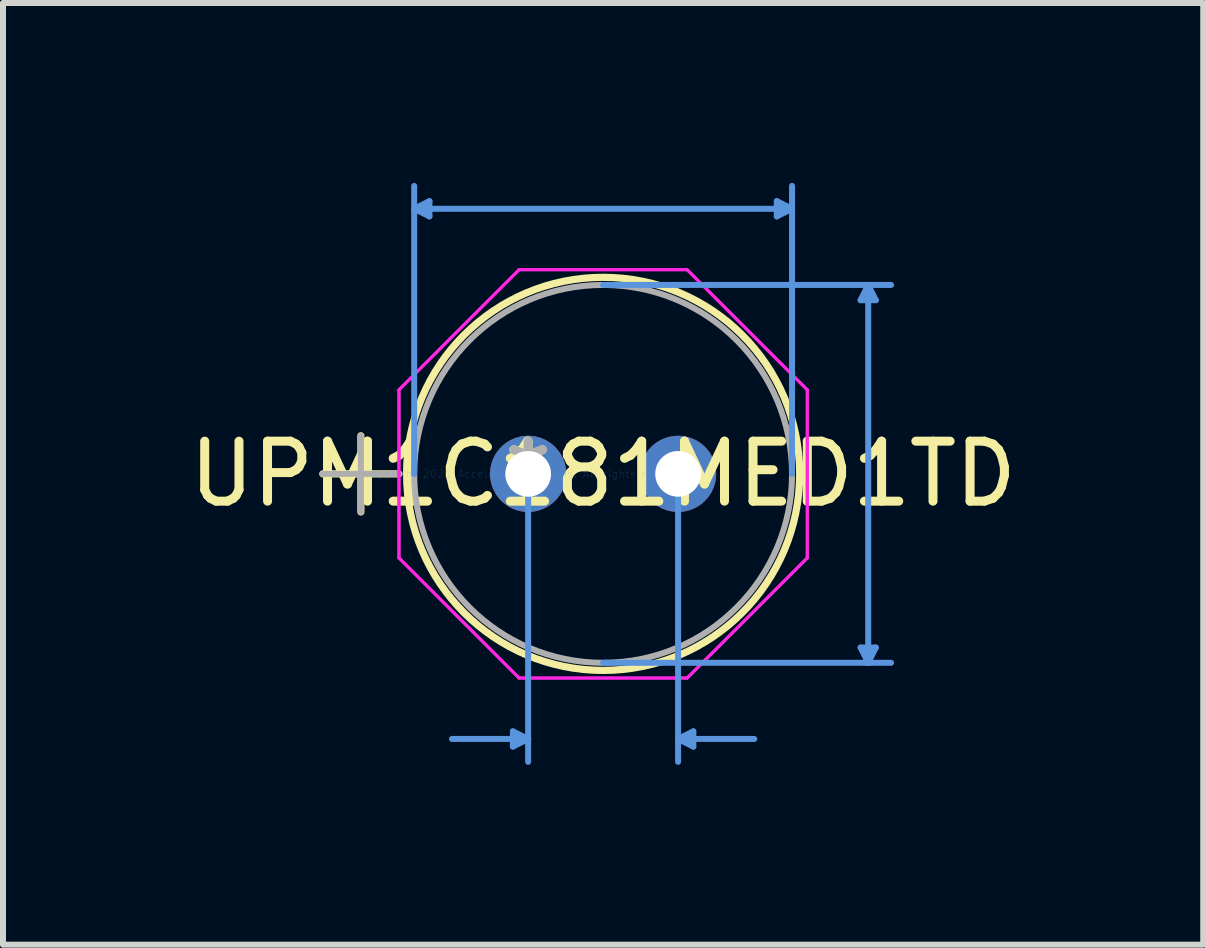
<source format=kicad_pcb>
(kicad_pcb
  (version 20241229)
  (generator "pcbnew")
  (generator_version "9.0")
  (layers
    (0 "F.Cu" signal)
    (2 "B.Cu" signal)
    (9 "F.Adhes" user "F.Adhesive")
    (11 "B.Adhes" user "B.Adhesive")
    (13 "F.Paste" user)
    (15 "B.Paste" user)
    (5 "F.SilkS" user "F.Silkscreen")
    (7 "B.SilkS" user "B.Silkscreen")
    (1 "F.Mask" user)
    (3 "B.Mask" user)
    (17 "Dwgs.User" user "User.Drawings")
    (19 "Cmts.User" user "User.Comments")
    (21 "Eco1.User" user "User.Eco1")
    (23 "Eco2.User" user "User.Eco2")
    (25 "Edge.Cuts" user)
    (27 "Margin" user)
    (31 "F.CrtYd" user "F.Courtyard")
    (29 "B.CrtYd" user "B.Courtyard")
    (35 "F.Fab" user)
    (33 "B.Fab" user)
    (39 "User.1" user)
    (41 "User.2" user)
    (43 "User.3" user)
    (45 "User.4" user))
  (footprint "UPM1C181MED1TD"
    (layer "F.Cu")
    (at 5.756 4.851)
    (property "Reference" "UPM1C181MED1TD" (at 1.25 0 0) (layer "F.SilkS") (effects (font (size 1 1) (thickness 0.15))))
    (attr through_hole)
    (fp_line (start -3.424 0) (end -2.154 0) (stroke (width 0.12) (type solid)) (layer "F.SilkS"))
    (fp_line (start -2.789 -0.635) (end -2.789 0.635) (stroke (width 0.12) (type solid)) (layer "F.SilkS"))
    (fp_circle (center 1.25 0) (end 4.527 0) (stroke (width 0.12) (type solid)) (fill no) (layer "F.SilkS"))
    (fp_line (start -1.9 -4.42) (end -1.646 -4.547) (stroke (width 0.1) (type solid)) (layer "Cmts.User"))
    (fp_line (start -1.9 -4.42) (end -1.646 -4.293) (stroke (width 0.1) (type solid)) (layer "Cmts.User"))
    (fp_line (start -1.9 -4.42) (end 4.4 -4.42) (stroke (width 0.1) (type solid)) (layer "Cmts.User"))
    (fp_line (start -1.9 0) (end -1.9 -4.801) (stroke (width 0.1) (type solid)) (layer "Cmts.User"))
    (fp_line (start -1.646 -4.547) (end -1.646 -4.293) (stroke (width 0.1) (type solid)) (layer "Cmts.User"))
    (fp_line (start -0.254 4.293) (end -0.254 4.547) (stroke (width 0.1) (type solid)) (layer "Cmts.User"))
    (fp_line (start 0 0) (end 0 4.801) (stroke (width 0.1) (type solid)) (layer "Cmts.User"))
    (fp_line (start 0 4.42) (end -1.27 4.42) (stroke (width 0.1) (type solid)) (layer "Cmts.User"))
    (fp_line (start 0 4.42) (end -0.254 4.293) (stroke (width 0.1) (type solid)) (layer "Cmts.User"))
    (fp_line (start 0 4.42) (end -0.254 4.547) (stroke (width 0.1) (type solid)) (layer "Cmts.User"))
    (fp_line (start 1.25 -3.15) (end 6.051 -3.15) (stroke (width 0.1) (type solid)) (layer "Cmts.User"))
    (fp_line (start 1.25 3.15) (end 6.051 3.15) (stroke (width 0.1) (type solid)) (layer "Cmts.User"))
    (fp_line (start 2.5 0) (end 2.5 4.801) (stroke (width 0.1) (type solid)) (layer "Cmts.User"))
    (fp_line (start 2.5 4.42) (end 2.754 4.293) (stroke (width 0.1) (type solid)) (layer "Cmts.User"))
    (fp_line (start 2.5 4.42) (end 2.754 4.547) (stroke (width 0.1) (type solid)) (layer "Cmts.User"))
    (fp_line (start 2.5 4.42) (end 3.77 4.42) (stroke (width 0.1) (type solid)) (layer "Cmts.User"))
    (fp_line (start 2.754 4.293) (end 2.754 4.547) (stroke (width 0.1) (type solid)) (layer "Cmts.User"))
    (fp_line (start 4.146 -4.547) (end 4.146 -4.293) (stroke (width 0.1) (type solid)) (layer "Cmts.User"))
    (fp_line (start 4.4 -4.42) (end 4.146 -4.547) (stroke (width 0.1) (type solid)) (layer "Cmts.User"))
    (fp_line (start 4.4 -4.42) (end 4.146 -4.293) (stroke (width 0.1) (type solid)) (layer "Cmts.User"))
    (fp_line (start 4.4 0) (end 4.4 -4.801) (stroke (width 0.1) (type solid)) (layer "Cmts.User"))
    (fp_line (start 5.543 -2.896) (end 5.797 -2.896) (stroke (width 0.1) (type solid)) (layer "Cmts.User"))
    (fp_line (start 5.543 2.896) (end 5.797 2.896) (stroke (width 0.1) (type solid)) (layer "Cmts.User"))
    (fp_line (start 5.67 -3.15) (end 5.543 -2.896) (stroke (width 0.1) (type solid)) (layer "Cmts.User"))
    (fp_line (start 5.67 -3.15) (end 5.67 3.15) (stroke (width 0.1) (type solid)) (layer "Cmts.User"))
    (fp_line (start 5.67 -3.15) (end 5.797 -2.896) (stroke (width 0.1) (type solid)) (layer "Cmts.User"))
    (fp_line (start 5.67 3.15) (end 5.543 2.896) (stroke (width 0.1) (type solid)) (layer "Cmts.User"))
    (fp_line (start 5.67 3.15) (end 5.797 2.896) (stroke (width 0.1) (type solid)) (layer "Cmts.User"))
    (fp_line (start -2.154 -1.401) (end -0.151 -3.404) (stroke (width 0.05) (type solid)) (layer "F.CrtYd"))
    (fp_line (start -2.154 -1.401) (end -0.151 -3.404) (stroke (width 0.05) (type solid)) (layer "F.CrtYd"))
    (fp_line (start -2.154 1.401) (end -2.154 -1.401) (stroke (width 0.05) (type solid)) (layer "F.CrtYd"))
    (fp_line (start -2.154 1.401) (end -2.154 -1.401) (stroke (width 0.05) (type solid)) (layer "F.CrtYd"))
    (fp_line (start -0.151 -3.404) (end 2.651 -3.404) (stroke (width 0.05) (type solid)) (layer "F.CrtYd"))
    (fp_line (start -0.151 -3.404) (end 2.651 -3.404) (stroke (width 0.05) (type solid)) (layer "F.CrtYd"))
    (fp_line (start -0.151 3.404) (end -2.154 1.401) (stroke (width 0.05) (type solid)) (layer "F.CrtYd"))
    (fp_line (start -0.151 3.404) (end -2.154 1.401) (stroke (width 0.05) (type solid)) (layer "F.CrtYd"))
    (fp_line (start 2.651 -3.404) (end 4.654 -1.401) (stroke (width 0.05) (type solid)) (layer "F.CrtYd"))
    (fp_line (start 2.651 -3.404) (end 4.654 -1.401) (stroke (width 0.05) (type solid)) (layer "F.CrtYd"))
    (fp_line (start 2.651 3.404) (end -0.151 3.404) (stroke (width 0.05) (type solid)) (layer "F.CrtYd"))
    (fp_line (start 2.651 3.404) (end -0.151 3.404) (stroke (width 0.05) (type solid)) (layer "F.CrtYd"))
    (fp_line (start 4.654 -1.401) (end 4.654 1.401) (stroke (width 0.05) (type solid)) (layer "F.CrtYd"))
    (fp_line (start 4.654 -1.401) (end 4.654 1.401) (stroke (width 0.05) (type solid)) (layer "F.CrtYd"))
    (fp_line (start 4.654 1.401) (end 2.651 3.404) (stroke (width 0.05) (type solid)) (layer "F.CrtYd"))
    (fp_line (start 4.654 1.401) (end 2.651 3.404) (stroke (width 0.05) (type solid)) (layer "F.CrtYd"))
    (fp_line (start -3.424 0) (end -2.154 0) (stroke (width 0.1) (type solid)) (layer "F.Fab"))
    (fp_line (start -2.789 -0.635) (end -2.789 0.635) (stroke (width 0.1) (type solid)) (layer "F.Fab"))
    (fp_circle (center 1.25 0) (end 4.4 0) (stroke (width 0.1) (type solid)) (fill no) (layer "F.Fab"))
    (fp_text user "*" (at 0 0 0) (layer "F.SilkS") (effects (font (size 1 1) (thickness 0.15))))
    (fp_text user "Copyright 2021 Accelerated Designs. All rights reserved." (at 0 0 0) (layer "Cmts.User") (effects (font (size 0.127 0.127) (thickness 0.002))))
    (fp_text user "*" (at 0 0 0) (layer "F.Fab") (effects (font (size 1 1) (thickness 0.15))))
    (pad "1" thru_hole circle (at 0 0) (size 1.27 1.27) (drill 0.762) (layers "*.Cu" "*.Mask"))
    (pad "2" thru_hole circle (at 2.5 0) (size 1.27 1.27) (drill 0.762) (layers "*.Cu" "*.Mask")))
  (gr_rect
    (start -3 -3)
    (end 17.012 12.701)
    (stroke (width 0.1) (type default))
    (fill no)
    (layer "Edge.Cuts")))
</source>
